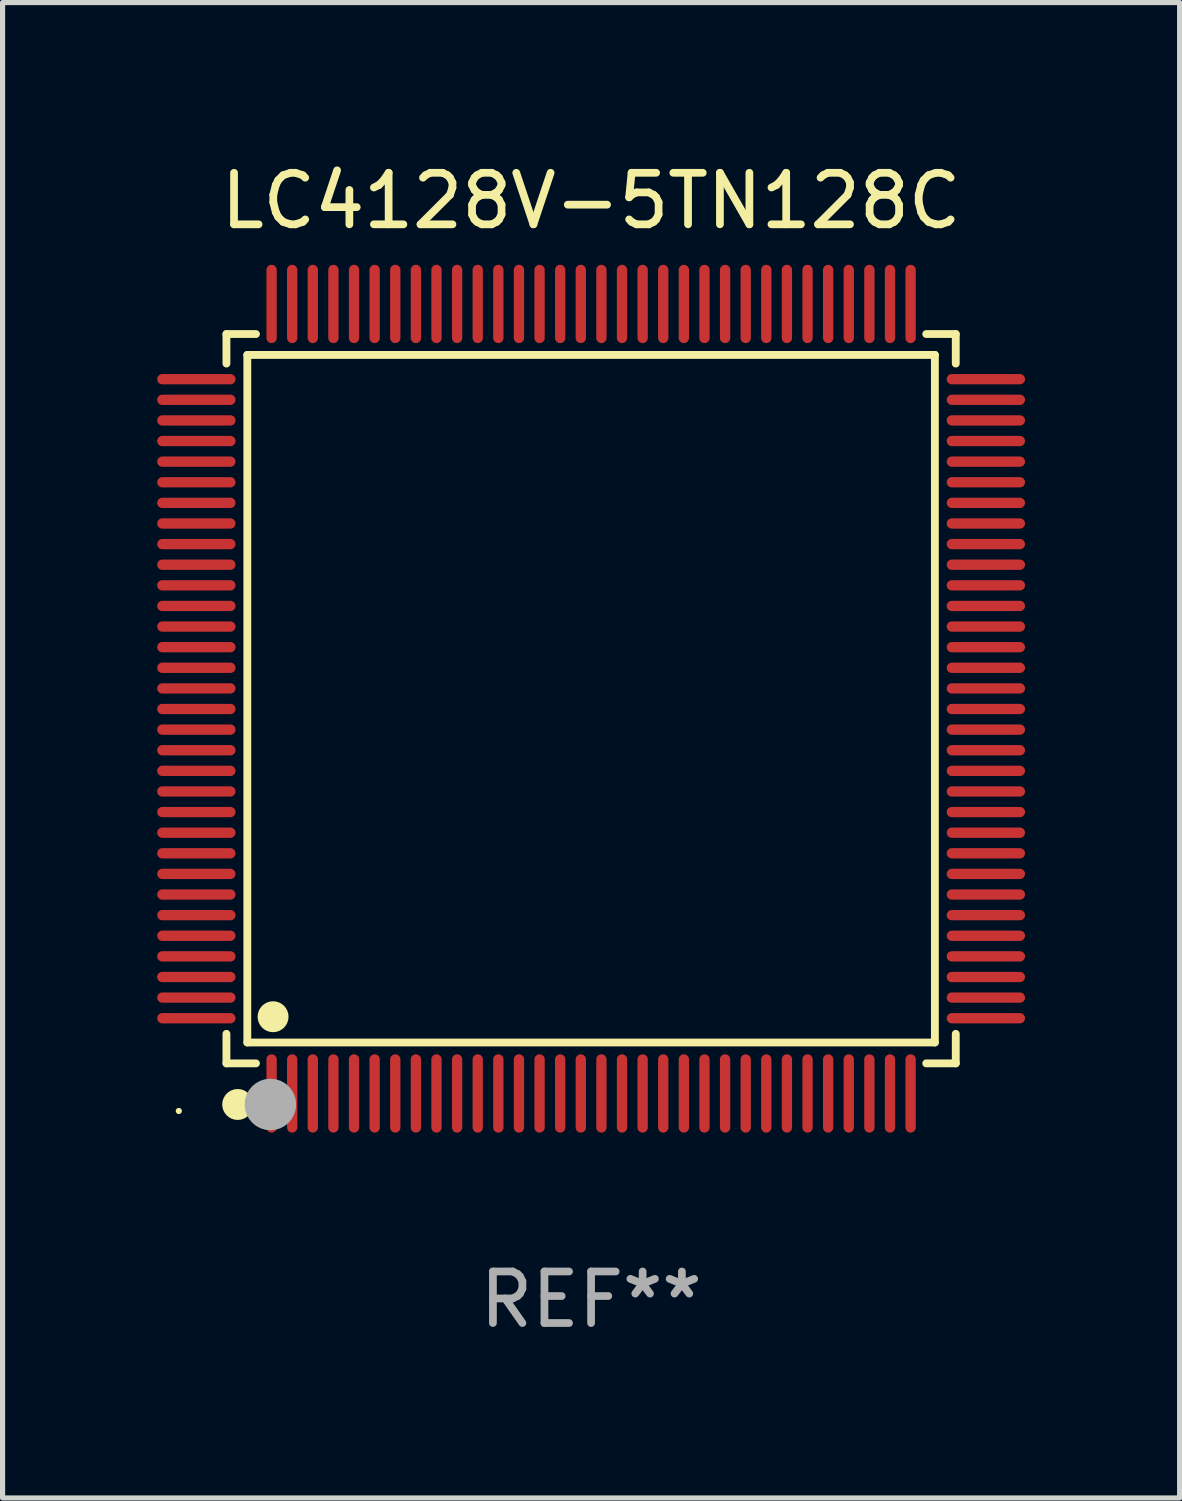
<source format=kicad_pcb>
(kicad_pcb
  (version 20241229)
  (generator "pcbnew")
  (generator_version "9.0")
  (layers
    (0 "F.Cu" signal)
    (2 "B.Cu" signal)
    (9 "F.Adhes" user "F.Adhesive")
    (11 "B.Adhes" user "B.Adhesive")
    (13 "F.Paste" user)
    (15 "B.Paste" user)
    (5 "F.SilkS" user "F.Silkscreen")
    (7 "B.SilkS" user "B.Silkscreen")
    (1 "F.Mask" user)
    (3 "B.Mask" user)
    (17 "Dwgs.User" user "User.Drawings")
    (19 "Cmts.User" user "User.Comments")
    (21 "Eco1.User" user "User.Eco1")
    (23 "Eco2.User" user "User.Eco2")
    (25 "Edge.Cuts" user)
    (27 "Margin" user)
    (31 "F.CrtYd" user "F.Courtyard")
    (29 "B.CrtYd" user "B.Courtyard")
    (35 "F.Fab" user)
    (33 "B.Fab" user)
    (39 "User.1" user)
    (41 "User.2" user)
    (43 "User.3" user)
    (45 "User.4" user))
  (footprint "LC4128V-5TN128C"
    (layer "F.Cu")
    (at 8.42 10.508)
    (property "Reference" "LC4128V-5TN128C" (at 0 -9.66 0) (layer "F.SilkS") (effects (font (size 1 1) (thickness 0.15))))
    (attr through_hole)
    (fp_line (start -7.076 -7.076) (end -6.503 -7.076) (stroke (width 0.152) (type solid)) (layer "F.SilkS"))
    (fp_line (start -7.076 -6.503) (end -7.076 -7.076) (stroke (width 0.152) (type solid)) (layer "F.SilkS"))
    (fp_line (start -7.076 6.503) (end -7.076 7.076) (stroke (width 0.152) (type solid)) (layer "F.SilkS"))
    (fp_line (start -7.076 7.076) (end -6.503 7.076) (stroke (width 0.152) (type solid)) (layer "F.SilkS"))
    (fp_line (start -6.671 -6.671) (end 6.671 -6.671) (stroke (width 0.152) (type solid)) (layer "F.SilkS"))
    (fp_line (start -6.671 6.671) (end -6.671 -6.671) (stroke (width 0.152) (type solid)) (layer "F.SilkS"))
    (fp_line (start 6.671 -6.671) (end 6.671 6.671) (stroke (width 0.152) (type solid)) (layer "F.SilkS"))
    (fp_line (start 6.671 6.671) (end -6.671 6.671) (stroke (width 0.152) (type solid)) (layer "F.SilkS"))
    (fp_line (start 7.076 -7.076) (end 6.503 -7.076) (stroke (width 0.152) (type solid)) (layer "F.SilkS"))
    (fp_line (start 7.076 -6.503) (end 7.076 -7.076) (stroke (width 0.152) (type solid)) (layer "F.SilkS"))
    (fp_line (start 7.076 6.503) (end 7.076 7.076) (stroke (width 0.152) (type solid)) (layer "F.SilkS"))
    (fp_line (start 7.076 7.076) (end 6.503 7.076) (stroke (width 0.152) (type solid)) (layer "F.SilkS"))
    (fp_circle (center -8 8) (end -7.97 8) (stroke (width 0.06) (type solid)) (fill no) (layer "F.SilkS"))
    (fp_circle (center -6.858 7.874) (end -6.708 7.874) (stroke (width 0.3) (type solid)) (fill no) (layer "F.SilkS"))
    (fp_circle (center -6.171 6.171) (end -6.021 6.171) (stroke (width 0.3) (type solid)) (fill no) (layer "F.SilkS"))
    (fp_circle (center -6.223 7.874) (end -5.973 7.874) (stroke (width 0.5) (type solid)) (fill no) (layer "F.Fab"))
    (fp_text user "REF**" (at 0 11.66 0) (layer "F.Fab") (effects (font (size 1 1) (thickness 0.15))))
    (pad "1" smd oval (at -6.2 7.66) (size 0.2 1.52) (layers "F.Cu" "F.Mask" "F.Paste"))
    (pad "2" smd oval (at -5.8 7.66) (size 0.2 1.52) (layers "F.Cu" "F.Mask" "F.Paste"))
    (pad "3" smd oval (at -5.4 7.66) (size 0.2 1.52) (layers "F.Cu" "F.Mask" "F.Paste"))
    (pad "4" smd oval (at -5 7.66) (size 0.2 1.52) (layers "F.Cu" "F.Mask" "F.Paste"))
    (pad "5" smd oval (at -4.6 7.66) (size 0.2 1.52) (layers "F.Cu" "F.Mask" "F.Paste"))
    (pad "6" smd oval (at -4.2 7.66) (size 0.2 1.52) (layers "F.Cu" "F.Mask" "F.Paste"))
    (pad "7" smd oval (at -3.8 7.66) (size 0.2 1.52) (layers "F.Cu" "F.Mask" "F.Paste"))
    (pad "8" smd oval (at -3.4 7.66) (size 0.2 1.52) (layers "F.Cu" "F.Mask" "F.Paste"))
    (pad "9" smd oval (at -3 7.66) (size 0.2 1.52) (layers "F.Cu" "F.Mask" "F.Paste"))
    (pad "10" smd oval (at -2.6 7.66) (size 0.2 1.52) (layers "F.Cu" "F.Mask" "F.Paste"))
    (pad "11" smd oval (at -2.2 7.66) (size 0.2 1.52) (layers "F.Cu" "F.Mask" "F.Paste"))
    (pad "12" smd oval (at -1.8 7.66) (size 0.2 1.52) (layers "F.Cu" "F.Mask" "F.Paste"))
    (pad "13" smd oval (at -1.4 7.66) (size 0.2 1.52) (layers "F.Cu" "F.Mask" "F.Paste"))
    (pad "14" smd oval (at -1 7.66) (size 0.2 1.52) (layers "F.Cu" "F.Mask" "F.Paste"))
    (pad "15" smd oval (at -0.6 7.66) (size 0.2 1.52) (layers "F.Cu" "F.Mask" "F.Paste"))
    (pad "16" smd oval (at -0.2 7.66) (size 0.2 1.52) (layers "F.Cu" "F.Mask" "F.Paste"))
    (pad "17" smd oval (at 0.2 7.66) (size 0.2 1.52) (layers "F.Cu" "F.Mask" "F.Paste"))
    (pad "18" smd oval (at 0.6 7.66) (size 0.2 1.52) (layers "F.Cu" "F.Mask" "F.Paste"))
    (pad "19" smd oval (at 1 7.66) (size 0.2 1.52) (layers "F.Cu" "F.Mask" "F.Paste"))
    (pad "20" smd oval (at 1.4 7.66) (size 0.2 1.52) (layers "F.Cu" "F.Mask" "F.Paste"))
    (pad "21" smd oval (at 1.8 7.66) (size 0.2 1.52) (layers "F.Cu" "F.Mask" "F.Paste"))
    (pad "22" smd oval (at 2.2 7.66) (size 0.2 1.52) (layers "F.Cu" "F.Mask" "F.Paste"))
    (pad "23" smd oval (at 2.6 7.66) (size 0.2 1.52) (layers "F.Cu" "F.Mask" "F.Paste"))
    (pad "24" smd oval (at 3 7.66) (size 0.2 1.52) (layers "F.Cu" "F.Mask" "F.Paste"))
    (pad "25" smd oval (at 3.4 7.66) (size 0.2 1.52) (layers "F.Cu" "F.Mask" "F.Paste"))
    (pad "26" smd oval (at 3.8 7.66) (size 0.2 1.52) (layers "F.Cu" "F.Mask" "F.Paste"))
    (pad "27" smd oval (at 4.2 7.66) (size 0.2 1.52) (layers "F.Cu" "F.Mask" "F.Paste"))
    (pad "28" smd oval (at 4.6 7.66) (size 0.2 1.52) (layers "F.Cu" "F.Mask" "F.Paste"))
    (pad "29" smd oval (at 5 7.66) (size 0.2 1.52) (layers "F.Cu" "F.Mask" "F.Paste"))
    (pad "30" smd oval (at 5.4 7.66) (size 0.2 1.52) (layers "F.Cu" "F.Mask" "F.Paste"))
    (pad "31" smd oval (at 5.8 7.66) (size 0.2 1.52) (layers "F.Cu" "F.Mask" "F.Paste"))
    (pad "32" smd oval (at 6.2 7.66) (size 0.2 1.52) (layers "F.Cu" "F.Mask" "F.Paste"))
    (pad "33" smd oval (at 7.66 6.2) (size 1.52 0.2) (layers "F.Cu" "F.Mask" "F.Paste"))
    (pad "34" smd oval (at 7.66 5.8) (size 1.52 0.2) (layers "F.Cu" "F.Mask" "F.Paste"))
    (pad "35" smd oval (at 7.66 5.4) (size 1.52 0.2) (layers "F.Cu" "F.Mask" "F.Paste"))
    (pad "36" smd oval (at 7.66 5) (size 1.52 0.2) (layers "F.Cu" "F.Mask" "F.Paste"))
    (pad "37" smd oval (at 7.66 4.6) (size 1.52 0.2) (layers "F.Cu" "F.Mask" "F.Paste"))
    (pad "38" smd oval (at 7.66 4.2) (size 1.52 0.2) (layers "F.Cu" "F.Mask" "F.Paste"))
    (pad "39" smd oval (at 7.66 3.8) (size 1.52 0.2) (layers "F.Cu" "F.Mask" "F.Paste"))
    (pad "40" smd oval (at 7.66 3.4) (size 1.52 0.2) (layers "F.Cu" "F.Mask" "F.Paste"))
    (pad "41" smd oval (at 7.66 3) (size 1.52 0.2) (layers "F.Cu" "F.Mask" "F.Paste"))
    (pad "42" smd oval (at 7.66 2.6) (size 1.52 0.2) (layers "F.Cu" "F.Mask" "F.Paste"))
    (pad "43" smd oval (at 7.66 2.2) (size 1.52 0.2) (layers "F.Cu" "F.Mask" "F.Paste"))
    (pad "44" smd oval (at 7.66 1.8) (size 1.52 0.2) (layers "F.Cu" "F.Mask" "F.Paste"))
    (pad "45" smd oval (at 7.66 1.4) (size 1.52 0.2) (layers "F.Cu" "F.Mask" "F.Paste"))
    (pad "46" smd oval (at 7.66 1) (size 1.52 0.2) (layers "F.Cu" "F.Mask" "F.Paste"))
    (pad "47" smd oval (at 7.66 0.6) (size 1.52 0.2) (layers "F.Cu" "F.Mask" "F.Paste"))
    (pad "48" smd oval (at 7.66 0.2) (size 1.52 0.2) (layers "F.Cu" "F.Mask" "F.Paste"))
    (pad "49" smd oval (at 7.66 -0.2) (size 1.52 0.2) (layers "F.Cu" "F.Mask" "F.Paste"))
    (pad "50" smd oval (at 7.66 -0.6) (size 1.52 0.2) (layers "F.Cu" "F.Mask" "F.Paste"))
    (pad "51" smd oval (at 7.66 -1) (size 1.52 0.2) (layers "F.Cu" "F.Mask" "F.Paste"))
    (pad "52" smd oval (at 7.66 -1.4) (size 1.52 0.2) (layers "F.Cu" "F.Mask" "F.Paste"))
    (pad "53" smd oval (at 7.66 -1.8) (size 1.52 0.2) (layers "F.Cu" "F.Mask" "F.Paste"))
    (pad "54" smd oval (at 7.66 -2.2) (size 1.52 0.2) (layers "F.Cu" "F.Mask" "F.Paste"))
    (pad "55" smd oval (at 7.66 -2.6) (size 1.52 0.2) (layers "F.Cu" "F.Mask" "F.Paste"))
    (pad "56" smd oval (at 7.66 -3) (size 1.52 0.2) (layers "F.Cu" "F.Mask" "F.Paste"))
    (pad "57" smd oval (at 7.66 -3.4) (size 1.52 0.2) (layers "F.Cu" "F.Mask" "F.Paste"))
    (pad "58" smd oval (at 7.66 -3.8) (size 1.52 0.2) (layers "F.Cu" "F.Mask" "F.Paste"))
    (pad "59" smd oval (at 7.66 -4.2) (size 1.52 0.2) (layers "F.Cu" "F.Mask" "F.Paste"))
    (pad "60" smd oval (at 7.66 -4.6) (size 1.52 0.2) (layers "F.Cu" "F.Mask" "F.Paste"))
    (pad "61" smd oval (at 7.66 -5) (size 1.52 0.2) (layers "F.Cu" "F.Mask" "F.Paste"))
    (pad "62" smd oval (at 7.66 -5.4) (size 1.52 0.2) (layers "F.Cu" "F.Mask" "F.Paste"))
    (pad "63" smd oval (at 7.66 -5.8) (size 1.52 0.2) (layers "F.Cu" "F.Mask" "F.Paste"))
    (pad "64" smd oval (at 7.66 -6.2) (size 1.52 0.2) (layers "F.Cu" "F.Mask" "F.Paste"))
    (pad "65" smd oval (at 6.2 -7.66) (size 0.2 1.52) (layers "F.Cu" "F.Mask" "F.Paste"))
    (pad "66" smd oval (at 5.8 -7.66) (size 0.2 1.52) (layers "F.Cu" "F.Mask" "F.Paste"))
    (pad "67" smd oval (at 5.4 -7.66) (size 0.2 1.52) (layers "F.Cu" "F.Mask" "F.Paste"))
    (pad "68" smd oval (at 5 -7.66) (size 0.2 1.52) (layers "F.Cu" "F.Mask" "F.Paste"))
    (pad "69" smd oval (at 4.6 -7.66) (size 0.2 1.52) (layers "F.Cu" "F.Mask" "F.Paste"))
    (pad "70" smd oval (at 4.2 -7.66) (size 0.2 1.52) (layers "F.Cu" "F.Mask" "F.Paste"))
    (pad "71" smd oval (at 3.8 -7.66) (size 0.2 1.52) (layers "F.Cu" "F.Mask" "F.Paste"))
    (pad "72" smd oval (at 3.4 -7.66) (size 0.2 1.52) (layers "F.Cu" "F.Mask" "F.Paste"))
    (pad "73" smd oval (at 3 -7.66) (size 0.2 1.52) (layers "F.Cu" "F.Mask" "F.Paste"))
    (pad "74" smd oval (at 2.6 -7.66) (size 0.2 1.52) (layers "F.Cu" "F.Mask" "F.Paste"))
    (pad "75" smd oval (at 2.2 -7.66) (size 0.2 1.52) (layers "F.Cu" "F.Mask" "F.Paste"))
    (pad "76" smd oval (at 1.8 -7.66) (size 0.2 1.52) (layers "F.Cu" "F.Mask" "F.Paste"))
    (pad "77" smd oval (at 1.4 -7.66) (size 0.2 1.52) (layers "F.Cu" "F.Mask" "F.Paste"))
    (pad "78" smd oval (at 1 -7.66) (size 0.2 1.52) (layers "F.Cu" "F.Mask" "F.Paste"))
    (pad "79" smd oval (at 0.6 -7.66) (size 0.2 1.52) (layers "F.Cu" "F.Mask" "F.Paste"))
    (pad "80" smd oval (at 0.2 -7.66) (size 0.2 1.52) (layers "F.Cu" "F.Mask" "F.Paste"))
    (pad "81" smd oval (at -0.2 -7.66) (size 0.2 1.52) (layers "F.Cu" "F.Mask" "F.Paste"))
    (pad "82" smd oval (at -0.6 -7.66) (size 0.2 1.52) (layers "F.Cu" "F.Mask" "F.Paste"))
    (pad "83" smd oval (at -1 -7.66) (size 0.2 1.52) (layers "F.Cu" "F.Mask" "F.Paste"))
    (pad "84" smd oval (at -1.4 -7.66) (size 0.2 1.52) (layers "F.Cu" "F.Mask" "F.Paste"))
    (pad "85" smd oval (at -1.8 -7.66) (size 0.2 1.52) (layers "F.Cu" "F.Mask" "F.Paste"))
    (pad "86" smd oval (at -2.2 -7.66) (size 0.2 1.52) (layers "F.Cu" "F.Mask" "F.Paste"))
    (pad "87" smd oval (at -2.6 -7.66) (size 0.2 1.52) (layers "F.Cu" "F.Mask" "F.Paste"))
    (pad "88" smd oval (at -3 -7.66) (size 0.2 1.52) (layers "F.Cu" "F.Mask" "F.Paste"))
    (pad "89" smd oval (at -3.4 -7.66) (size 0.2 1.52) (layers "F.Cu" "F.Mask" "F.Paste"))
    (pad "90" smd oval (at -3.8 -7.66) (size 0.2 1.52) (layers "F.Cu" "F.Mask" "F.Paste"))
    (pad "91" smd oval (at -4.2 -7.66) (size 0.2 1.52) (layers "F.Cu" "F.Mask" "F.Paste"))
    (pad "92" smd oval (at -4.6 -7.66) (size 0.2 1.52) (layers "F.Cu" "F.Mask" "F.Paste"))
    (pad "93" smd oval (at -5 -7.66) (size 0.2 1.52) (layers "F.Cu" "F.Mask" "F.Paste"))
    (pad "94" smd oval (at -5.4 -7.66) (size 0.2 1.52) (layers "F.Cu" "F.Mask" "F.Paste"))
    (pad "95" smd oval (at -5.8 -7.66) (size 0.2 1.52) (layers "F.Cu" "F.Mask" "F.Paste"))
    (pad "96" smd oval (at -6.2 -7.66) (size 0.2 1.52) (layers "F.Cu" "F.Mask" "F.Paste"))
    (pad "97" smd oval (at -7.66 -6.2) (size 1.52 0.2) (layers "F.Cu" "F.Mask" "F.Paste"))
    (pad "98" smd oval (at -7.66 -5.8) (size 1.52 0.2) (layers "F.Cu" "F.Mask" "F.Paste"))
    (pad "99" smd oval (at -7.66 -5.4) (size 1.52 0.2) (layers "F.Cu" "F.Mask" "F.Paste"))
    (pad "100" smd oval (at -7.66 -5) (size 1.52 0.2) (layers "F.Cu" "F.Mask" "F.Paste"))
    (pad "101" smd oval (at -7.66 -4.6) (size 1.52 0.2) (layers "F.Cu" "F.Mask" "F.Paste"))
    (pad "102" smd oval (at -7.66 -4.2) (size 1.52 0.2) (layers "F.Cu" "F.Mask" "F.Paste"))
    (pad "103" smd oval (at -7.66 -3.8) (size 1.52 0.2) (layers "F.Cu" "F.Mask" "F.Paste"))
    (pad "104" smd oval (at -7.66 -3.4) (size 1.52 0.2) (layers "F.Cu" "F.Mask" "F.Paste"))
    (pad "105" smd oval (at -7.66 -3) (size 1.52 0.2) (layers "F.Cu" "F.Mask" "F.Paste"))
    (pad "106" smd oval (at -7.66 -2.6) (size 1.52 0.2) (layers "F.Cu" "F.Mask" "F.Paste"))
    (pad "107" smd oval (at -7.66 -2.2) (size 1.52 0.2) (layers "F.Cu" "F.Mask" "F.Paste"))
    (pad "108" smd oval (at -7.66 -1.8) (size 1.52 0.2) (layers "F.Cu" "F.Mask" "F.Paste"))
    (pad "109" smd oval (at -7.66 -1.4) (size 1.52 0.2) (layers "F.Cu" "F.Mask" "F.Paste"))
    (pad "110" smd oval (at -7.66 -1) (size 1.52 0.2) (layers "F.Cu" "F.Mask" "F.Paste"))
    (pad "111" smd oval (at -7.66 -0.6) (size 1.52 0.2) (layers "F.Cu" "F.Mask" "F.Paste"))
    (pad "112" smd oval (at -7.66 -0.2) (size 1.52 0.2) (layers "F.Cu" "F.Mask" "F.Paste"))
    (pad "113" smd oval (at -7.66 0.2) (size 1.52 0.2) (layers "F.Cu" "F.Mask" "F.Paste"))
    (pad "114" smd oval (at -7.66 0.6) (size 1.52 0.2) (layers "F.Cu" "F.Mask" "F.Paste"))
    (pad "115" smd oval (at -7.66 1) (size 1.52 0.2) (layers "F.Cu" "F.Mask" "F.Paste"))
    (pad "116" smd oval (at -7.66 1.4) (size 1.52 0.2) (layers "F.Cu" "F.Mask" "F.Paste"))
    (pad "117" smd oval (at -7.66 1.8) (size 1.52 0.2) (layers "F.Cu" "F.Mask" "F.Paste"))
    (pad "118" smd oval (at -7.66 2.2) (size 1.52 0.2) (layers "F.Cu" "F.Mask" "F.Paste"))
    (pad "119" smd oval (at -7.66 2.6) (size 1.52 0.2) (layers "F.Cu" "F.Mask" "F.Paste"))
    (pad "120" smd oval (at -7.66 3) (size 1.52 0.2) (layers "F.Cu" "F.Mask" "F.Paste"))
    (pad "121" smd oval (at -7.66 3.4) (size 1.52 0.2) (layers "F.Cu" "F.Mask" "F.Paste"))
    (pad "122" smd oval (at -7.66 3.8) (size 1.52 0.2) (layers "F.Cu" "F.Mask" "F.Paste"))
    (pad "123" smd oval (at -7.66 4.2) (size 1.52 0.2) (layers "F.Cu" "F.Mask" "F.Paste"))
    (pad "124" smd oval (at -7.66 4.6) (size 1.52 0.2) (layers "F.Cu" "F.Mask" "F.Paste"))
    (pad "125" smd oval (at -7.66 5) (size 1.52 0.2) (layers "F.Cu" "F.Mask" "F.Paste"))
    (pad "126" smd oval (at -7.66 5.4) (size 1.52 0.2) (layers "F.Cu" "F.Mask" "F.Paste"))
    (pad "127" smd oval (at -7.66 5.8) (size 1.52 0.2) (layers "F.Cu" "F.Mask" "F.Paste"))
    (pad "128" smd oval (at -7.66 6.2) (size 1.52 0.2) (layers "F.Cu" "F.Mask" "F.Paste")))
  (gr_rect
    (start -3 -3)
    (end 19.84 26.017)
    (stroke (width 0.1) (type default))
    (fill no)
    (layer "Edge.Cuts")))
</source>
